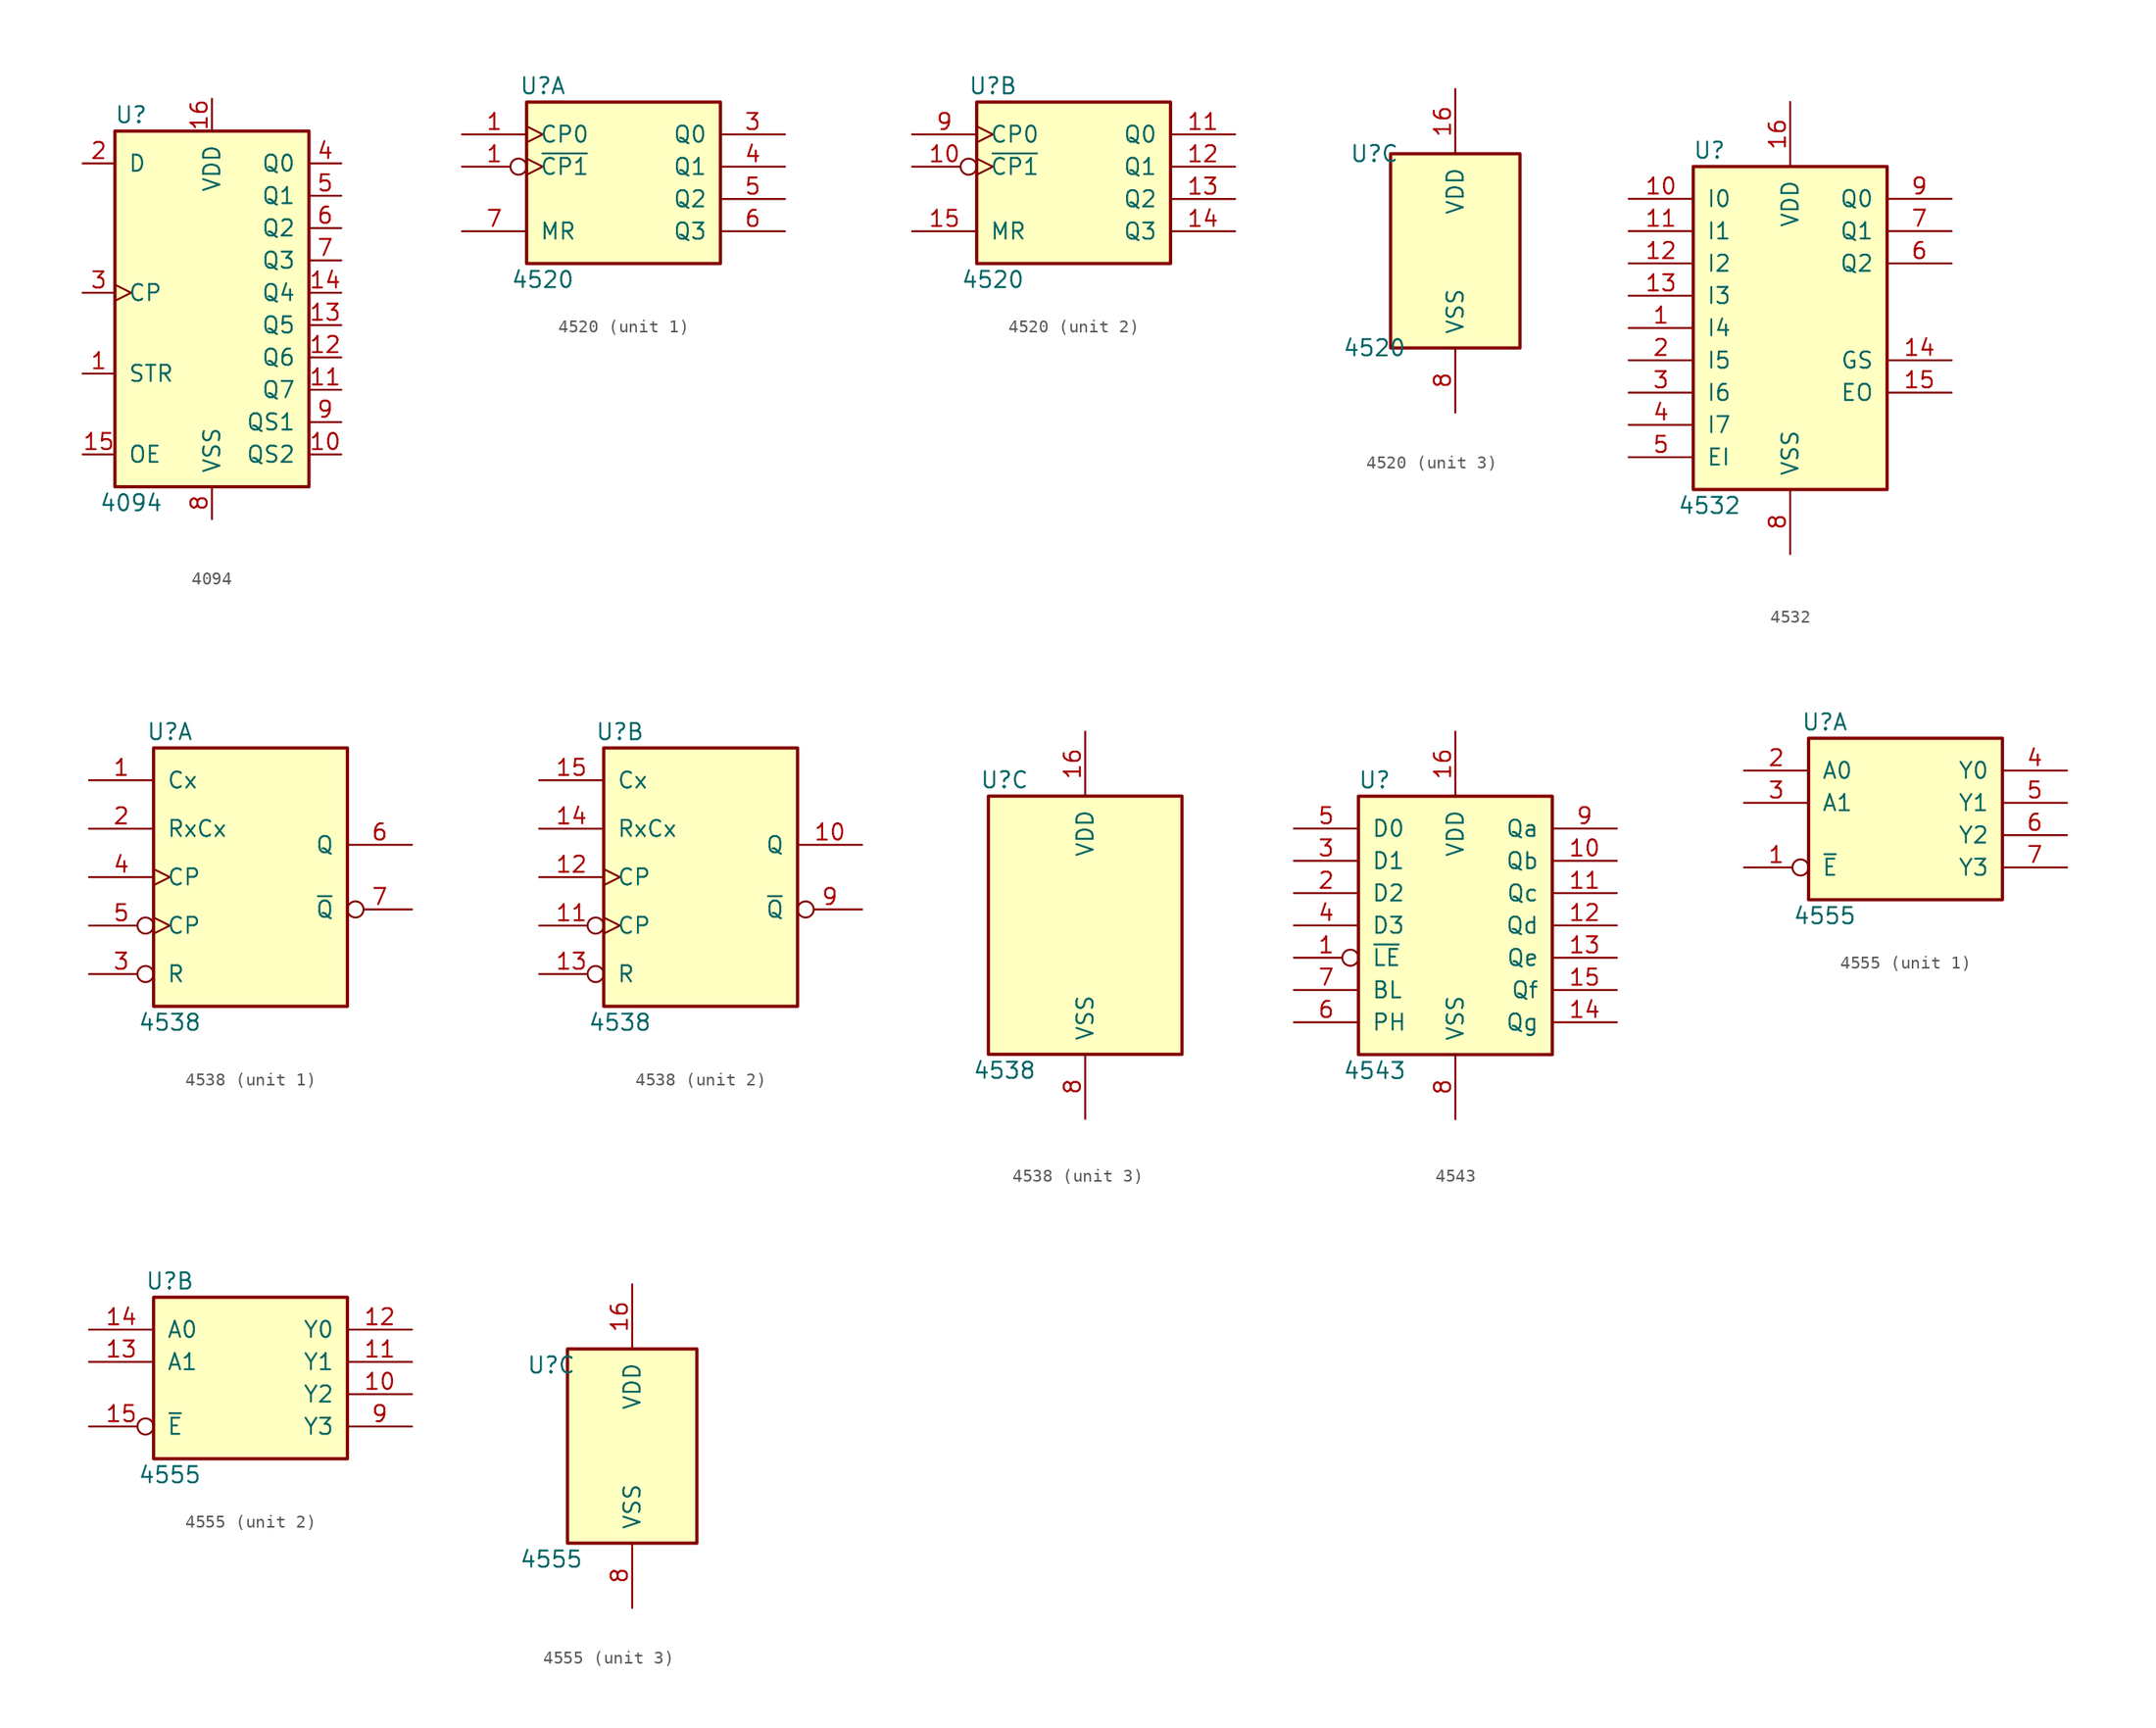
<source format=kicad_sym>
(kicad_symbol_lib
  (version 20211014)
  (generator kicad_symbol_editor)
  (symbol "4094"
    (pin_names
      (offset 1.016))
    (property "Reference" "U"
      (at -6.35 13.97 0)
      (effects (font (size 1.27 1.27))))
    (property "Value" "4094"
      (at -6.35 -16.51 0)
      (effects (font (size 1.27 1.27))))
    (symbol "4094_1_0"
      (pin input line (at -10.16 -6.35 0) (length 2.54) (name "STR" (effects (font (size 1.27 1.27)))) (number "1" (effects (font (size 1.27 1.27)))))
      (pin output line (at 10.16 -12.7 180) (length 2.54) (name "QS2" (effects (font (size 1.27 1.27)))) (number "10" (effects (font (size 1.27 1.27)))))
      (pin tri_state line (at 10.16 -7.62 180) (length 2.54) (name "Q7" (effects (font (size 1.27 1.27)))) (number "11" (effects (font (size 1.27 1.27)))))
      (pin tri_state line (at 10.16 -5.08 180) (length 2.54) (name "Q6" (effects (font (size 1.27 1.27)))) (number "12" (effects (font (size 1.27 1.27)))))
      (pin tri_state line (at 10.16 -2.54 180) (length 2.54) (name "Q5" (effects (font (size 1.27 1.27)))) (number "13" (effects (font (size 1.27 1.27)))))
      (pin tri_state line (at 10.16 0 180) (length 2.54) (name "Q4" (effects (font (size 1.27 1.27)))) (number "14" (effects (font (size 1.27 1.27)))))
      (pin input line (at -10.16 -12.7 0) (length 2.54) (name "OE" (effects (font (size 1.27 1.27)))) (number "15" (effects (font (size 1.27 1.27)))))
      (pin power_in line (at 0 15.24 270) (length 2.54) (name "VDD" (effects (font (size 1.27 1.27)))) (number "16" (effects (font (size 1.27 1.27)))))
      (pin input line (at -10.16 10.16 0) (length 2.54) (name "D" (effects (font (size 1.27 1.27)))) (number "2" (effects (font (size 1.27 1.27)))))
      (pin input clock (at -10.16 0 0) (length 2.54) (name "CP" (effects (font (size 1.27 1.27)))) (number "3" (effects (font (size 1.27 1.27)))))
      (pin tri_state line (at 10.16 10.16 180) (length 2.54) (name "Q0" (effects (font (size 1.27 1.27)))) (number "4" (effects (font (size 1.27 1.27)))))
      (pin tri_state line (at 10.16 7.62 180) (length 2.54) (name "Q1" (effects (font (size 1.27 1.27)))) (number "5" (effects (font (size 1.27 1.27)))))
      (pin tri_state line (at 10.16 5.08 180) (length 2.54) (name "Q2" (effects (font (size 1.27 1.27)))) (number "6" (effects (font (size 1.27 1.27)))))
      (pin tri_state line (at 10.16 2.54 180) (length 2.54) (name "Q3" (effects (font (size 1.27 1.27)))) (number "7" (effects (font (size 1.27 1.27)))))
      (pin power_in line (at 0 -17.78 90) (length 2.54) (name "VSS" (effects (font (size 1.27 1.27)))) (number "8" (effects (font (size 1.27 1.27)))))
      (pin output line (at 10.16 -10.16 180) (length 2.54) (name "QS1" (effects (font (size 1.27 1.27)))) (number "9" (effects (font (size 1.27 1.27))))))
    (symbol "4094_1_1"
      (rectangle (start -7.62 12.7) (end 7.62 -15.24) (stroke (width 0.254) (type default) (color 0 0 0 0)) (fill (type background)))))
  (symbol "4520"
    (pin_names
      (offset 1.016))
    (property "Reference" "U"
      (at -6.35 7.62 0)
      (effects (font (size 1.27 1.27))))
    (property "Value" "4520"
      (at -6.35 -7.62 0)
      (effects (font (size 1.27 1.27))))
    (property "ki_locked" ""
      (at 0 0 0)
      (effects (font (size 1.27 1.27))))
    (symbol "4520_1_0"
      (pin input clock (at -12.7 3.81 0) (length 5.08) (name "CP0" (effects (font (size 1.27 1.27)))) (number "1" (effects (font (size 1.27 1.27)))))
      (pin input inverted_clock (at -12.7 1.27 0) (length 5.08) (name "~{CP1}" (effects (font (size 1.27 1.27)))) (number "1" (effects (font (size 1.27 1.27)))))
      (pin output line (at 12.7 3.81 180) (length 5.08) (name "Q0" (effects (font (size 1.27 1.27)))) (number "3" (effects (font (size 1.27 1.27)))))
      (pin output line (at 12.7 1.27 180) (length 5.08) (name "Q1" (effects (font (size 1.27 1.27)))) (number "4" (effects (font (size 1.27 1.27)))))
      (pin output line (at 12.7 -1.27 180) (length 5.08) (name "Q2" (effects (font (size 1.27 1.27)))) (number "5" (effects (font (size 1.27 1.27)))))
      (pin output line (at 12.7 -3.81 180) (length 5.08) (name "Q3" (effects (font (size 1.27 1.27)))) (number "6" (effects (font (size 1.27 1.27)))))
      (pin input line (at -12.7 -3.81 0) (length 5.08) (name "MR" (effects (font (size 1.27 1.27)))) (number "7" (effects (font (size 1.27 1.27))))))
    (symbol "4520_1_1"
      (rectangle (start -7.62 6.35) (end 7.62 -6.35) (stroke (width 0.254) (type default) (color 0 0 0 0)) (fill (type background))))
    (symbol "4520_2_0"
      (pin input inverted_clock (at -12.7 1.27 0) (length 5.08) (name "~{CP1}" (effects (font (size 1.27 1.27)))) (number "10" (effects (font (size 1.27 1.27)))))
      (pin output line (at 12.7 3.81 180) (length 5.08) (name "Q0" (effects (font (size 1.27 1.27)))) (number "11" (effects (font (size 1.27 1.27)))))
      (pin output line (at 12.7 1.27 180) (length 5.08) (name "Q1" (effects (font (size 1.27 1.27)))) (number "12" (effects (font (size 1.27 1.27)))))
      (pin output line (at 12.7 -1.27 180) (length 5.08) (name "Q2" (effects (font (size 1.27 1.27)))) (number "13" (effects (font (size 1.27 1.27)))))
      (pin output line (at 12.7 -3.81 180) (length 5.08) (name "Q3" (effects (font (size 1.27 1.27)))) (number "14" (effects (font (size 1.27 1.27)))))
      (pin input line (at -12.7 -3.81 0) (length 5.08) (name "MR" (effects (font (size 1.27 1.27)))) (number "15" (effects (font (size 1.27 1.27)))))
      (pin input clock (at -12.7 3.81 0) (length 5.08) (name "CP0" (effects (font (size 1.27 1.27)))) (number "9" (effects (font (size 1.27 1.27))))))
    (symbol "4520_2_1"
      (rectangle (start -7.62 6.35) (end 7.62 -6.35) (stroke (width 0.254) (type default) (color 0 0 0 0)) (fill (type background))))
    (symbol "4520_3_0"
      (pin power_in line (at 0 12.7 270) (length 5.08) (name "VDD" (effects (font (size 1.27 1.27)))) (number "16" (effects (font (size 1.27 1.27)))))
      (pin power_in line (at 0 -12.7 90) (length 5.08) (name "VSS" (effects (font (size 1.27 1.27)))) (number "8" (effects (font (size 1.27 1.27))))))
    (symbol "4520_3_1"
      (rectangle (start -5.08 7.62) (end 5.08 -7.62) (stroke (width 0.254) (type default) (color 0 0 0 0)) (fill (type background)))))
  (symbol "4532"
    (pin_names
      (offset 1.016))
    (property "Reference" "U"
      (at -6.35 13.97 0)
      (effects (font (size 1.27 1.27))))
    (property "Value" "4532"
      (at -6.35 -13.97 0)
      (effects (font (size 1.27 1.27))))
    (symbol "4532_1_0"
      (pin input line (at -12.7 0 0) (length 5.08) (name "I4" (effects (font (size 1.27 1.27)))) (number "1" (effects (font (size 1.27 1.27)))))
      (pin input line (at -12.7 10.16 0) (length 5.08) (name "I0" (effects (font (size 1.27 1.27)))) (number "10" (effects (font (size 1.27 1.27)))))
      (pin input line (at -12.7 7.62 0) (length 5.08) (name "I1" (effects (font (size 1.27 1.27)))) (number "11" (effects (font (size 1.27 1.27)))))
      (pin input line (at -12.7 5.08 0) (length 5.08) (name "I2" (effects (font (size 1.27 1.27)))) (number "12" (effects (font (size 1.27 1.27)))))
      (pin input line (at -12.7 2.54 0) (length 5.08) (name "I3" (effects (font (size 1.27 1.27)))) (number "13" (effects (font (size 1.27 1.27)))))
      (pin output line (at 12.7 -2.54 180) (length 5.08) (name "GS" (effects (font (size 1.27 1.27)))) (number "14" (effects (font (size 1.27 1.27)))))
      (pin output line (at 12.7 -5.08 180) (length 5.08) (name "EO" (effects (font (size 1.27 1.27)))) (number "15" (effects (font (size 1.27 1.27)))))
      (pin power_in line (at 0 17.78 270) (length 5.08) (name "VDD" (effects (font (size 1.27 1.27)))) (number "16" (effects (font (size 1.27 1.27)))))
      (pin input line (at -12.7 -2.54 0) (length 5.08) (name "I5" (effects (font (size 1.27 1.27)))) (number "2" (effects (font (size 1.27 1.27)))))
      (pin input line (at -12.7 -5.08 0) (length 5.08) (name "I6" (effects (font (size 1.27 1.27)))) (number "3" (effects (font (size 1.27 1.27)))))
      (pin input line (at -12.7 -7.62 0) (length 5.08) (name "I7" (effects (font (size 1.27 1.27)))) (number "4" (effects (font (size 1.27 1.27)))))
      (pin input line (at -12.7 -10.16 0) (length 5.08) (name "EI" (effects (font (size 1.27 1.27)))) (number "5" (effects (font (size 1.27 1.27)))))
      (pin output line (at 12.7 5.08 180) (length 5.08) (name "Q2" (effects (font (size 1.27 1.27)))) (number "6" (effects (font (size 1.27 1.27)))))
      (pin output line (at 12.7 7.62 180) (length 5.08) (name "Q1" (effects (font (size 1.27 1.27)))) (number "7" (effects (font (size 1.27 1.27)))))
      (pin power_in line (at 0 -17.78 90) (length 5.08) (name "VSS" (effects (font (size 1.27 1.27)))) (number "8" (effects (font (size 1.27 1.27)))))
      (pin output line (at 12.7 10.16 180) (length 5.08) (name "Q0" (effects (font (size 1.27 1.27)))) (number "9" (effects (font (size 1.27 1.27))))))
    (symbol "4532_1_1"
      (rectangle (start -7.62 12.7) (end 7.62 -12.7) (stroke (width 0.254) (type default) (color 0 0 0 0)) (fill (type background)))))
  (symbol "4538"
    (pin_names
      (offset 1.016))
    (property "Reference" "U"
      (at -6.35 11.43 0)
      (effects (font (size 1.27 1.27))))
    (property "Value" "4538"
      (at -6.35 -11.43 0)
      (effects (font (size 1.27 1.27))))
    (property "ki_locked" ""
      (at 0 0 0)
      (effects (font (size 1.27 1.27))))
    (symbol "4538_1_0"
      (pin input line (at -12.7 7.62 0) (length 5.08) (name "Cx" (effects (font (size 1.27 1.27)))) (number "1" (effects (font (size 1.27 1.27)))))
      (pin input line (at -12.7 3.81 0) (length 5.08) (name "RxCx" (effects (font (size 1.27 1.27)))) (number "2" (effects (font (size 1.27 1.27)))))
      (pin input inverted (at -12.7 -7.62 0) (length 5.08) (name "R" (effects (font (size 1.27 1.27)))) (number "3" (effects (font (size 1.27 1.27)))))
      (pin input clock (at -12.7 0 0) (length 5.08) (name "CP" (effects (font (size 1.27 1.27)))) (number "4" (effects (font (size 1.27 1.27)))))
      (pin input inverted_clock (at -12.7 -3.81 0) (length 5.08) (name "CP" (effects (font (size 1.27 1.27)))) (number "5" (effects (font (size 1.27 1.27)))))
      (pin output line (at 12.7 2.54 180) (length 5.08) (name "Q" (effects (font (size 1.27 1.27)))) (number "6" (effects (font (size 1.27 1.27)))))
      (pin output inverted (at 12.7 -2.54 180) (length 5.08) (name "~{Q}" (effects (font (size 1.27 1.27)))) (number "7" (effects (font (size 1.27 1.27))))))
    (symbol "4538_1_1"
      (rectangle (start -7.62 10.16) (end 7.62 -10.16) (stroke (width 0.254) (type default) (color 0 0 0 0)) (fill (type background))))
    (symbol "4538_2_0"
      (pin output line (at 12.7 2.54 180) (length 5.08) (name "Q" (effects (font (size 1.27 1.27)))) (number "10" (effects (font (size 1.27 1.27)))))
      (pin input inverted_clock (at -12.7 -3.81 0) (length 5.08) (name "CP" (effects (font (size 1.27 1.27)))) (number "11" (effects (font (size 1.27 1.27)))))
      (pin input clock (at -12.7 0 0) (length 5.08) (name "CP" (effects (font (size 1.27 1.27)))) (number "12" (effects (font (size 1.27 1.27)))))
      (pin input inverted (at -12.7 -7.62 0) (length 5.08) (name "R" (effects (font (size 1.27 1.27)))) (number "13" (effects (font (size 1.27 1.27)))))
      (pin input line (at -12.7 3.81 0) (length 5.08) (name "RxCx" (effects (font (size 1.27 1.27)))) (number "14" (effects (font (size 1.27 1.27)))))
      (pin input line (at -12.7 7.62 0) (length 5.08) (name "Cx" (effects (font (size 1.27 1.27)))) (number "15" (effects (font (size 1.27 1.27)))))
      (pin output inverted (at 12.7 -2.54 180) (length 5.08) (name "~{Q}" (effects (font (size 1.27 1.27)))) (number "9" (effects (font (size 1.27 1.27))))))
    (symbol "4538_2_1"
      (rectangle (start -7.62 10.16) (end 7.62 -10.16) (stroke (width 0.254) (type default) (color 0 0 0 0)) (fill (type background))))
    (symbol "4538_3_0"
      (pin power_in line (at 0 15.24 270) (length 5.08) (name "VDD" (effects (font (size 1.27 1.27)))) (number "16" (effects (font (size 1.27 1.27)))))
      (pin power_in line (at 0 -15.24 90) (length 5.08) (name "VSS" (effects (font (size 1.27 1.27)))) (number "8" (effects (font (size 1.27 1.27))))))
    (symbol "4538_3_1"
      (rectangle (start -7.62 10.16) (end 7.62 -10.16) (stroke (width 0.254) (type default) (color 0 0 0 0)) (fill (type background)))))
  (symbol "4543"
    (pin_names
      (offset 1.016))
    (property "Reference" "U"
      (at -6.35 11.43 0)
      (effects (font (size 1.27 1.27))))
    (property "Value" "4543"
      (at -6.35 -11.43 0)
      (effects (font (size 1.27 1.27))))
    (symbol "4543_1_0"
      (pin input inverted (at -12.7 -2.54 0) (length 5.08) (name "~{LE}" (effects (font (size 1.27 1.27)))) (number "1" (effects (font (size 1.27 1.27)))))
      (pin output line (at 12.7 5.08 180) (length 5.08) (name "Qb" (effects (font (size 1.27 1.27)))) (number "10" (effects (font (size 1.27 1.27)))))
      (pin output line (at 12.7 2.54 180) (length 5.08) (name "Qc" (effects (font (size 1.27 1.27)))) (number "11" (effects (font (size 1.27 1.27)))))
      (pin output line (at 12.7 0 180) (length 5.08) (name "Qd" (effects (font (size 1.27 1.27)))) (number "12" (effects (font (size 1.27 1.27)))))
      (pin output line (at 12.7 -2.54 180) (length 5.08) (name "Qe" (effects (font (size 1.27 1.27)))) (number "13" (effects (font (size 1.27 1.27)))))
      (pin output line (at 12.7 -7.62 180) (length 5.08) (name "Qg" (effects (font (size 1.27 1.27)))) (number "14" (effects (font (size 1.27 1.27)))))
      (pin output line (at 12.7 -5.08 180) (length 5.08) (name "Qf" (effects (font (size 1.27 1.27)))) (number "15" (effects (font (size 1.27 1.27)))))
      (pin power_in line (at 0 15.24 270) (length 5.08) (name "VDD" (effects (font (size 1.27 1.27)))) (number "16" (effects (font (size 1.27 1.27)))))
      (pin input line (at -12.7 2.54 0) (length 5.08) (name "D2" (effects (font (size 1.27 1.27)))) (number "2" (effects (font (size 1.27 1.27)))))
      (pin input line (at -12.7 5.08 0) (length 5.08) (name "D1" (effects (font (size 1.27 1.27)))) (number "3" (effects (font (size 1.27 1.27)))))
      (pin input line (at -12.7 0 0) (length 5.08) (name "D3" (effects (font (size 1.27 1.27)))) (number "4" (effects (font (size 1.27 1.27)))))
      (pin input line (at -12.7 7.62 0) (length 5.08) (name "D0" (effects (font (size 1.27 1.27)))) (number "5" (effects (font (size 1.27 1.27)))))
      (pin input line (at -12.7 -7.62 0) (length 5.08) (name "PH" (effects (font (size 1.27 1.27)))) (number "6" (effects (font (size 1.27 1.27)))))
      (pin input line (at -12.7 -5.08 0) (length 5.08) (name "BL" (effects (font (size 1.27 1.27)))) (number "7" (effects (font (size 1.27 1.27)))))
      (pin power_in line (at 0 -15.24 90) (length 5.08) (name "VSS" (effects (font (size 1.27 1.27)))) (number "8" (effects (font (size 1.27 1.27)))))
      (pin output line (at 12.7 7.62 180) (length 5.08) (name "Qa" (effects (font (size 1.27 1.27)))) (number "9" (effects (font (size 1.27 1.27))))))
    (symbol "4543_1_1"
      (rectangle (start -7.62 10.16) (end 7.62 -10.16) (stroke (width 0.254) (type default) (color 0 0 0 0)) (fill (type background)))))
  (symbol "4555"
    (pin_names
      (offset 1.016))
    (property "Reference" "U"
      (at -6.35 6.35 0)
      (effects (font (size 1.27 1.27))))
    (property "Value" "4555"
      (at -6.35 -8.89 0)
      (effects (font (size 1.27 1.27))))
    (property "ki_locked" ""
      (at 0 0 0)
      (effects (font (size 1.27 1.27))))
    (symbol "4555_1_0"
      (pin input inverted (at -12.7 -5.08 0) (length 5.08) (name "~{E}" (effects (font (size 1.27 1.27)))) (number "1" (effects (font (size 1.27 1.27)))))
      (pin input line (at -12.7 2.54 0) (length 5.08) (name "A0" (effects (font (size 1.27 1.27)))) (number "2" (effects (font (size 1.27 1.27)))))
      (pin input line (at -12.7 0 0) (length 5.08) (name "A1" (effects (font (size 1.27 1.27)))) (number "3" (effects (font (size 1.27 1.27)))))
      (pin output line (at 12.7 2.54 180) (length 5.08) (name "Y0" (effects (font (size 1.27 1.27)))) (number "4" (effects (font (size 1.27 1.27)))))
      (pin output line (at 12.7 0 180) (length 5.08) (name "Y1" (effects (font (size 1.27 1.27)))) (number "5" (effects (font (size 1.27 1.27)))))
      (pin output line (at 12.7 -2.54 180) (length 5.08) (name "Y2" (effects (font (size 1.27 1.27)))) (number "6" (effects (font (size 1.27 1.27)))))
      (pin output line (at 12.7 -5.08 180) (length 5.08) (name "Y3" (effects (font (size 1.27 1.27)))) (number "7" (effects (font (size 1.27 1.27))))))
    (symbol "4555_1_1"
      (rectangle (start -7.62 5.08) (end 7.62 -7.62) (stroke (width 0.254) (type default) (color 0 0 0 0)) (fill (type background))))
    (symbol "4555_2_0"
      (pin output line (at 12.7 -2.54 180) (length 5.08) (name "Y2" (effects (font (size 1.27 1.27)))) (number "10" (effects (font (size 1.27 1.27)))))
      (pin output line (at 12.7 0 180) (length 5.08) (name "Y1" (effects (font (size 1.27 1.27)))) (number "11" (effects (font (size 1.27 1.27)))))
      (pin output line (at 12.7 2.54 180) (length 5.08) (name "Y0" (effects (font (size 1.27 1.27)))) (number "12" (effects (font (size 1.27 1.27)))))
      (pin input line (at -12.7 0 0) (length 5.08) (name "A1" (effects (font (size 1.27 1.27)))) (number "13" (effects (font (size 1.27 1.27)))))
      (pin input line (at -12.7 2.54 0) (length 5.08) (name "A0" (effects (font (size 1.27 1.27)))) (number "14" (effects (font (size 1.27 1.27)))))
      (pin input inverted (at -12.7 -5.08 0) (length 5.08) (name "~{E}" (effects (font (size 1.27 1.27)))) (number "15" (effects (font (size 1.27 1.27)))))
      (pin output line (at 12.7 -5.08 180) (length 5.08) (name "Y3" (effects (font (size 1.27 1.27)))) (number "9" (effects (font (size 1.27 1.27))))))
    (symbol "4555_2_1"
      (rectangle (start -7.62 5.08) (end 7.62 -7.62) (stroke (width 0.254) (type default) (color 0 0 0 0)) (fill (type background))))
    (symbol "4555_3_0"
      (pin power_in line (at 0 12.7 270) (length 5.08) (name "VDD" (effects (font (size 1.27 1.27)))) (number "16" (effects (font (size 1.27 1.27)))))
      (pin power_in line (at 0 -12.7 90) (length 5.08) (name "VSS" (effects (font (size 1.27 1.27)))) (number "8" (effects (font (size 1.27 1.27))))))
    (symbol "4555_3_1"
      (rectangle (start -5.08 7.62) (end 5.08 -7.62) (stroke (width 0.254) (type default) (color 0 0 0 0)) (fill (type background))))))
</source>
